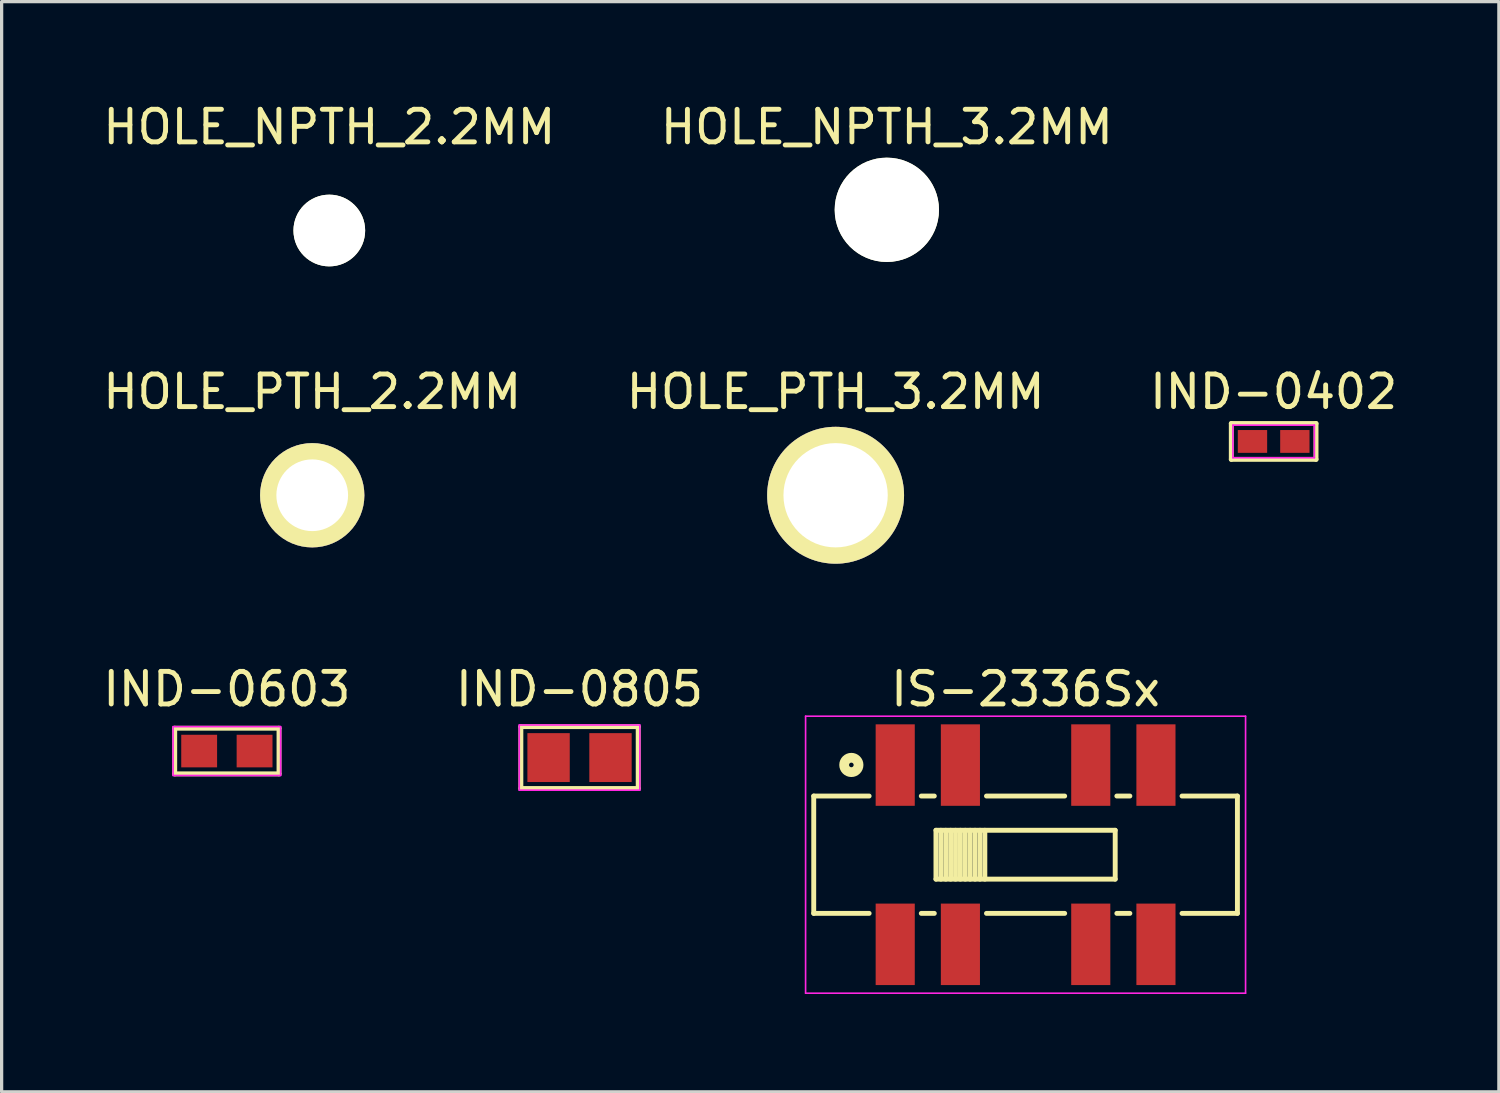
<source format=kicad_pcb>
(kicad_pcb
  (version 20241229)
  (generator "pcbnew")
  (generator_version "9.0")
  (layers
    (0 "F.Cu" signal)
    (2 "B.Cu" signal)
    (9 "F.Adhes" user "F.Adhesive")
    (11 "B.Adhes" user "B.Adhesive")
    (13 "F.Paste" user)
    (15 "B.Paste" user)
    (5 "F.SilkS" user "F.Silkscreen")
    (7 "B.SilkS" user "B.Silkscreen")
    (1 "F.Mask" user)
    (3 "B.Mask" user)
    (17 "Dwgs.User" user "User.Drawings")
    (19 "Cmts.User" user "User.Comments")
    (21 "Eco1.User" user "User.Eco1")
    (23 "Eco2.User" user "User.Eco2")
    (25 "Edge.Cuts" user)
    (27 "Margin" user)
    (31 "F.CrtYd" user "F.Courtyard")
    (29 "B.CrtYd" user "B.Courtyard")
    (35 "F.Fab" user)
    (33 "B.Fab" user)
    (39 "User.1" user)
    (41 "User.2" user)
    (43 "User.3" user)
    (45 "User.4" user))
  (footprint "HOLE_NPTH_2.2MM"
    (layer "F.Cu")
    (at 7.054 4.023)
    (property "Reference" "HOLE_NPTH_2.2MM" (at 0 -3.175 0) (layer "F.SilkS") (effects (font (size 1 1) (thickness 0.15))))
    (attr through_hole)
    (pad "" np_thru_hole circle (at 0 0) (size 2.2 2.2) (drill 2.2) (layers "*.Cu" "*.Mask" "F.SilkS")))
  (footprint "HOLE_PTH_3.2MM"
    (layer "F.Cu")
    (at 22.589 12.146)
    (property "Reference" "HOLE_PTH_3.2MM" (at 0 -3.175 0) (layer "F.SilkS") (effects (font (size 1 1) (thickness 0.15))))
    (attr through_hole)
    (pad "" np_thru_hole circle (at 0 0) (size 4.2 4.2) (drill 3.2) (layers "*.Cu" "*.Mask" "F.SilkS")))
  (footprint "HOLE_NPTH_3.2MM"
    (layer "F.Cu")
    (at 24.161 3.388)
    (property "Reference" "HOLE_NPTH_3.2MM" (at 0 -2.54 0) (layer "F.SilkS") (effects (font (size 1 1) (thickness 0.15))))
    (attr through_hole)
    (pad "" np_thru_hole circle (at 0 0) (size 3.2 3.2) (drill 3.2) (layers "*.Cu" "*.Mask" "F.SilkS")))
  (footprint "IND-0402"
    (layer "F.Cu")
    (at 36.03 10.495)
    (property "Reference" "IND-0402" (at 0 -1.524 0) (layer "F.SilkS") (effects (font (size 1 1) (thickness 0.15))))
    (attr through_hole)
    (fp_line (start -1.3 -0.55) (end 1.3 -0.55) (stroke (width 0.15) (type solid)) (layer "F.SilkS"))
    (fp_line (start -1.3 0.55) (end -1.3 -0.55) (stroke (width 0.15) (type solid)) (layer "F.SilkS"))
    (fp_line (start 1.3 -0.55) (end 1.3 0.55) (stroke (width 0.15) (type solid)) (layer "F.SilkS"))
    (fp_line (start 1.3 0.55) (end -1.3 0.55) (stroke (width 0.15) (type solid)) (layer "F.SilkS"))
    (fp_line (start -1.25 -0.5) (end 1.25 -0.5) (stroke (width 0.05) (type solid)) (layer "F.CrtYd"))
    (fp_line (start -1.25 0.5) (end -1.25 -0.5) (stroke (width 0.05) (type solid)) (layer "F.CrtYd"))
    (fp_line (start 1.25 -0.5) (end 1.25 0.5) (stroke (width 0.05) (type solid)) (layer "F.CrtYd"))
    (fp_line (start 1.25 0.5) (end -1.25 0.5) (stroke (width 0.05) (type solid)) (layer "F.CrtYd"))
    (pad "1" smd rect (at -0.65 0) (size 0.9 0.7) (layers "F.Cu" "F.Mask" "F.Paste"))
    (pad "2" smd rect (at 0.65 0) (size 0.9 0.7) (layers "F.Cu" "F.Mask" "F.Paste")))
  (footprint "IND-0603"
    (layer "F.Cu")
    (at 3.911 19.995)
    (property "Reference" "IND-0603" (at 0 -1.9 0) (layer "F.SilkS") (effects (font (size 1 1) (thickness 0.15))))
    (attr smd)
    (fp_line (start -1.6 -0.7) (end -1.6 0.7) (stroke (width 0.15) (type solid)) (layer "F.SilkS"))
    (fp_line (start -1.6 -0.7) (end 1.6 -0.7) (stroke (width 0.15) (type solid)) (layer "F.SilkS"))
    (fp_line (start 1.6 -0.7) (end 1.6 0.7) (stroke (width 0.15) (type solid)) (layer "F.SilkS"))
    (fp_line (start 1.6 0.7) (end -1.6 0.7) (stroke (width 0.15) (type solid)) (layer "F.SilkS"))
    (fp_line (start -1.65 -0.75) (end -1.65 0.75) (stroke (width 0.05) (type solid)) (layer "F.CrtYd"))
    (fp_line (start -1.65 0.75) (end 1.65 0.75) (stroke (width 0.05) (type solid)) (layer "F.CrtYd"))
    (fp_line (start 1.65 -0.75) (end -1.65 -0.75) (stroke (width 0.05) (type solid)) (layer "F.CrtYd"))
    (fp_line (start 1.65 0.75) (end 1.65 -0.75) (stroke (width 0.05) (type solid)) (layer "F.CrtYd"))
    (pad "1" smd rect (at -0.85 0) (size 1.1 1) (layers "F.Cu" "F.Mask" "F.Paste"))
    (pad "2" smd rect (at 0.85 0) (size 1.1 1) (layers "F.Cu" "F.Mask" "F.Paste")))
  (footprint "IND-0805"
    (layer "F.Cu")
    (at 14.732 20.195)
    (property "Reference" "IND-0805" (at 0 -2.1 0) (layer "F.SilkS") (effects (font (size 1 1) (thickness 0.15))))
    (attr smd)
    (fp_line (start -1.8 0.95) (end -1.8 -0.95) (stroke (width 0.15) (type solid)) (layer "F.SilkS"))
    (fp_line (start -1.8 0.95) (end 1.8 0.95) (stroke (width 0.15) (type solid)) (layer "F.SilkS"))
    (fp_line (start 1.8 -0.95) (end -1.8 -0.95) (stroke (width 0.15) (type solid)) (layer "F.SilkS"))
    (fp_line (start 1.8 0.95) (end 1.8 -0.95) (stroke (width 0.15) (type solid)) (layer "F.SilkS"))
    (fp_line (start -1.85 -1) (end -1.85 1) (stroke (width 0.05) (type solid)) (layer "F.CrtYd"))
    (fp_line (start -1.85 1) (end 1.85 1) (stroke (width 0.05) (type solid)) (layer "F.CrtYd"))
    (fp_line (start 1.85 -1) (end -1.85 -1) (stroke (width 0.05) (type solid)) (layer "F.CrtYd"))
    (fp_line (start 1.85 1) (end 1.85 -1) (stroke (width 0.05) (type solid)) (layer "F.CrtYd"))
    (pad "1" smd rect (at -0.95 0) (size 1.3 1.5) (layers "F.Cu" "F.Mask" "F.Paste"))
    (pad "2" smd rect (at 0.95 0) (size 1.3 1.5) (layers "F.Cu" "F.Mask" "F.Paste")))
  (footprint "IS-2336Sx"
    (layer "F.Cu")
    (at 28.418 23.175)
    (property "Reference" "IS-2336Sx" (at 0 -5.08 0) (layer "F.SilkS") (effects (font (size 1 1) (thickness 0.15))))
    (attr through_hole)
    (fp_line (start -6.5 -1.8) (end -6.5 1.8) (stroke (width 0.15) (type solid)) (layer "F.SilkS"))
    (fp_line (start -6.5 1.8) (end -4.8 1.8) (stroke (width 0.15) (type solid)) (layer "F.SilkS"))
    (fp_line (start -4.8 -1.8) (end -6.5 -1.8) (stroke (width 0.15) (type solid)) (layer "F.SilkS"))
    (fp_line (start -3.2 -1.8) (end -2.8 -1.8) (stroke (width 0.15) (type solid)) (layer "F.SilkS"))
    (fp_line (start -3.2 1.8) (end -2.8 1.8) (stroke (width 0.15) (type solid)) (layer "F.SilkS"))
    (fp_line (start -2.75 -0.75) (end -2.75 0.75) (stroke (width 0.15) (type solid)) (layer "F.SilkS"))
    (fp_line (start -2.75 0.75) (end 2.75 0.75) (stroke (width 0.15) (type solid)) (layer "F.SilkS"))
    (fp_line (start -2.6 -0.75) (end -2.6 0.75) (stroke (width 0.15) (type solid)) (layer "F.SilkS"))
    (fp_line (start -2.45 -0.75) (end -2.45 0.75) (stroke (width 0.15) (type solid)) (layer "F.SilkS"))
    (fp_line (start -2.3 -0.75) (end -2.3 0.75) (stroke (width 0.15) (type solid)) (layer "F.SilkS"))
    (fp_line (start -2.15 -0.75) (end -2.15 0.75) (stroke (width 0.15) (type solid)) (layer "F.SilkS"))
    (fp_line (start -2 -0.75) (end -2 0.75) (stroke (width 0.15) (type solid)) (layer "F.SilkS"))
    (fp_line (start -1.85 -0.75) (end -1.85 0.75) (stroke (width 0.15) (type solid)) (layer "F.SilkS"))
    (fp_line (start -1.7 -0.75) (end -1.7 0.75) (stroke (width 0.15) (type solid)) (layer "F.SilkS"))
    (fp_line (start -1.55 -0.75) (end -1.55 0.75) (stroke (width 0.15) (type solid)) (layer "F.SilkS"))
    (fp_line (start -1.4 -0.75) (end -1.4 0.75) (stroke (width 0.15) (type solid)) (layer "F.SilkS"))
    (fp_line (start -1.25 -0.75) (end -1.25 0.75) (stroke (width 0.15) (type solid)) (layer "F.SilkS"))
    (fp_line (start -1.2 -1.8) (end 1.2 -1.8) (stroke (width 0.15) (type solid)) (layer "F.SilkS"))
    (fp_line (start -1.2 1.8) (end 1.2 1.8) (stroke (width 0.15) (type solid)) (layer "F.SilkS"))
    (fp_line (start 2.75 -0.75) (end -2.75 -0.75) (stroke (width 0.15) (type solid)) (layer "F.SilkS"))
    (fp_line (start 2.75 0.75) (end 2.75 -0.75) (stroke (width 0.15) (type solid)) (layer "F.SilkS"))
    (fp_line (start 2.8 -1.8) (end 3.2 -1.8) (stroke (width 0.15) (type solid)) (layer "F.SilkS"))
    (fp_line (start 2.8 1.8) (end 3.2 1.8) (stroke (width 0.15) (type solid)) (layer "F.SilkS"))
    (fp_line (start 4.8 -1.8) (end 6.5 -1.8) (stroke (width 0.15) (type solid)) (layer "F.SilkS"))
    (fp_line (start 6.5 -1.8) (end 6.5 1.8) (stroke (width 0.15) (type solid)) (layer "F.SilkS"))
    (fp_line (start 6.5 1.8) (end 4.8 1.8) (stroke (width 0.15) (type solid)) (layer "F.SilkS"))
    (fp_circle (center -5.346 -2.754) (end -5.396 -2.804) (stroke (width 0.3) (type solid)) (fill no) (layer "F.SilkS"))
    (fp_line (start -6.75 -4.25) (end -6.75 4.25) (stroke (width 0.05) (type solid)) (layer "F.CrtYd"))
    (fp_line (start -6.75 4.25) (end 6.75 4.25) (stroke (width 0.05) (type solid)) (layer "F.CrtYd"))
    (fp_line (start 6.75 -4.25) (end -6.75 -4.25) (stroke (width 0.05) (type solid)) (layer "F.CrtYd"))
    (fp_line (start 6.75 4.25) (end 6.75 -4.25) (stroke (width 0.05) (type solid)) (layer "F.CrtYd"))
    (pad "1" smd rect (at -4 -2.75) (size 1.2 2.5) (layers "F.Cu" "F.Mask" "F.Paste"))
    (pad "2" smd rect (at -2 -2.75) (size 1.2 2.5) (layers "F.Cu" "F.Mask" "F.Paste"))
    (pad "3" smd rect (at 4 -2.75) (size 1.2 2.5) (layers "F.Cu" "F.Mask" "F.Paste"))
    (pad "4" smd rect (at -4 2.75) (size 1.2 2.5) (layers "F.Cu" "F.Mask" "F.Paste"))
    (pad "5" smd rect (at -2 2.75) (size 1.2 2.5) (layers "F.Cu" "F.Mask" "F.Paste"))
    (pad "6" smd rect (at 4 2.75) (size 1.2 2.5) (layers "F.Cu" "F.Mask" "F.Paste"))
    (pad "7" smd rect (at 2 -2.75) (size 1.2 2.5) (layers "F.Cu" "F.Mask" "F.Paste"))
    (pad "8" smd rect (at 2 2.75) (size 1.2 2.5) (layers "F.Cu" "F.Mask" "F.Paste")))
  (footprint "HOLE_PTH_2.2MM"
    (layer "F.Cu")
    (at 6.53 12.146)
    (property "Reference" "HOLE_PTH_2.2MM" (at 0 -3.175 0) (layer "F.SilkS") (effects (font (size 1 1) (thickness 0.15))))
    (attr through_hole)
    (pad "" np_thru_hole circle (at 0 0) (size 3.2 3.2) (drill 2.2) (layers "*.Cu" "*.Mask" "F.SilkS")))
  (gr_rect
    (start -3 -3)
    (end 42.94 30.45)
    (stroke (width 0.1) (type default))
    (fill no)
    (layer "Edge.Cuts")))
</source>
